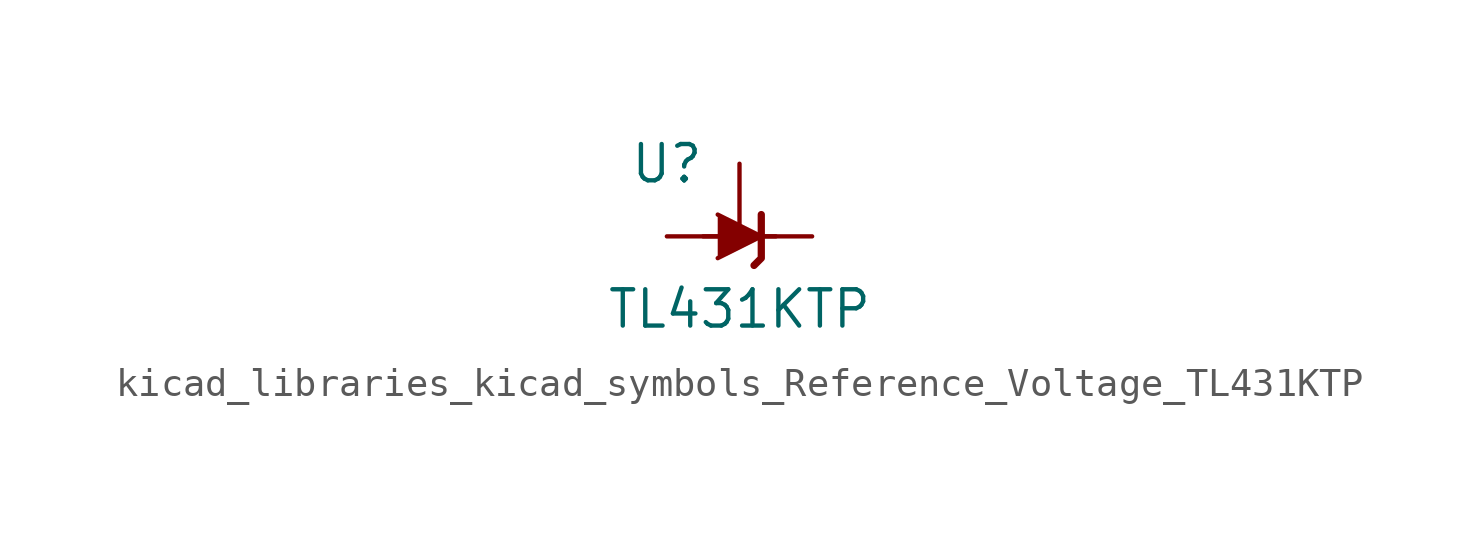
<source format=kicad_sym>
(kicad_symbol_lib
  (version 20220914)
  (generator kicad_symbol_editor)
  (symbol "kicad_libraries_kicad_symbols_Reference_Voltage_TL431KTP"
    (pin_numbers hide)
    (pin_names hide)
    (property "Reference" "U"
      (at -2.54 2.54 0)
      (effects (font (size 1.27 1.27))))
    (property "Value" "TL431KTP"
      (at 0 -2.54 0)
      (effects (font (size 1.27 1.27))))
    (symbol "kicad_libraries_kicad_symbols_Reference_Voltage_TL431KTP_0_1"
      (polyline (pts (xy -1.27 0) (xy 0 0) (xy 1.27 0)) (stroke (width 0) (type default)) (fill (type none)))
      (polyline (pts (xy -0.762 0.762) (xy 0.762 0) (xy -0.762 -0.762)) (stroke (width 0) (type default)) (fill (type outline)))
      (polyline (pts (xy 0.508 -1.016) (xy 0.762 -0.762) (xy 0.762 0.762) (xy 0.762 0.762)) (stroke (width 0.254) (type default)) (fill (type none))))
    (symbol "kicad_libraries_kicad_symbols_Reference_Voltage_TL431KTP_1_1"
      (pin passive line (at 0 2.54 270) (length 2.54) (name "REF" (effects (font (size 1.27 1.27)))) (number "1" (effects (font (size 1.27 1.27)))))
      (pin passive line (at -2.54 0 0) (length 2.54) (name "A" (effects (font (size 1.27 1.27)))) (number "2" (effects (font (size 1.27 1.27)))))
      (pin passive line (at 2.54 0 180) (length 2.54) (name "K" (effects (font (size 1.27 1.27)))) (number "3" (effects (font (size 1.27 1.27))))))))
</source>
